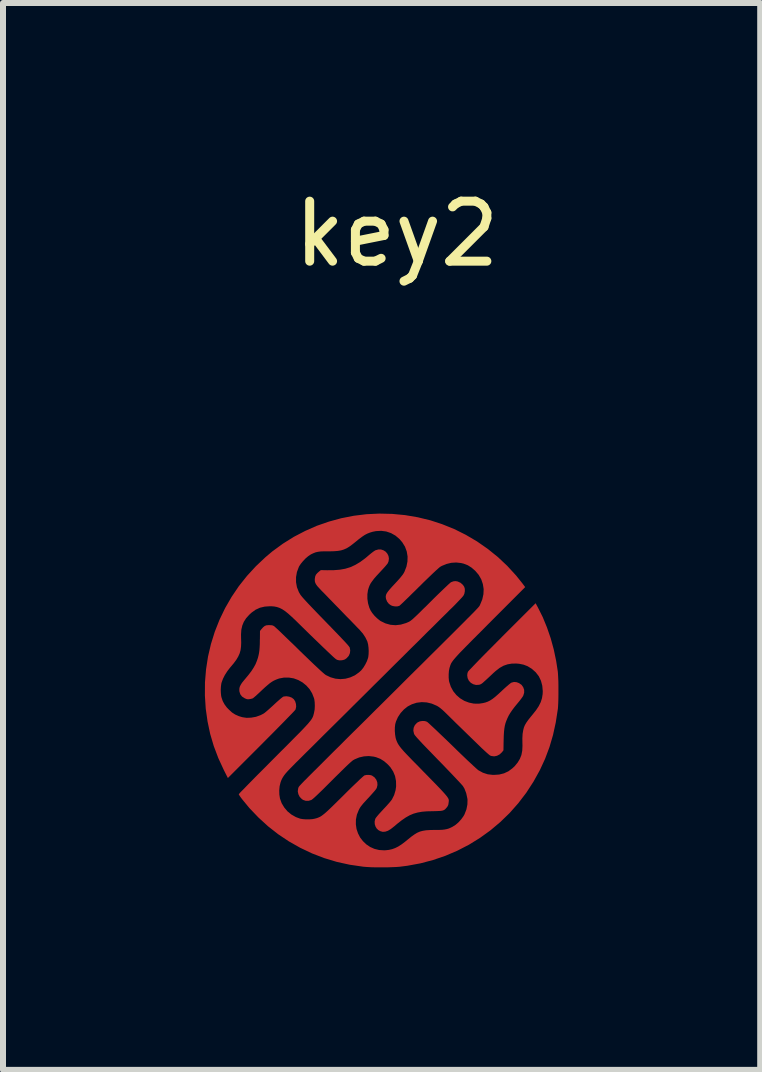
<source format=kicad_pcb>
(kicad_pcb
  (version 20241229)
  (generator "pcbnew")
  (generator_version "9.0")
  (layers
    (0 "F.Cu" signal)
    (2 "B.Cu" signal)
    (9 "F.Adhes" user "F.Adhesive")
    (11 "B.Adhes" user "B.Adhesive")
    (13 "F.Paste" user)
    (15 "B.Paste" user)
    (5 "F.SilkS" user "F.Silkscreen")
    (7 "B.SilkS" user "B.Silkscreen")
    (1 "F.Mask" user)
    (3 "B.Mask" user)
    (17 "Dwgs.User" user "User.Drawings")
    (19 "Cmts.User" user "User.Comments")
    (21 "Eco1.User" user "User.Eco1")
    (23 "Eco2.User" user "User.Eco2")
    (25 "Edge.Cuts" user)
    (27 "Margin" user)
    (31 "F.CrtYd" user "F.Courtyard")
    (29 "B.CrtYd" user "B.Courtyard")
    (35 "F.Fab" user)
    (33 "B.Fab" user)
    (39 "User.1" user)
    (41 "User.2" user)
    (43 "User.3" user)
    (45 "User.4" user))
  (footprint "key2"
    (layer "F.Cu")
    (at 3.31 8.471)
    (property "Reference" "key2" (at 0.254 -7.623 0) (unlocked yes) (layer "F.SilkS") (effects (font (size 1 1) (thickness 0.15))))
    (attr smd)
    (fp_poly (pts (xy 0.176 -2.956) (xy 0.39 -2.936) (xy 0.602 -2.9) (xy 0.813 -2.849) (xy 1.008 -2.785) (xy 1.21 -2.704) (xy 1.404 -2.607) (xy 1.591 -2.497) (xy 1.769 -2.373) (xy 1.938 -2.237) (xy 2.095 -2.089) (xy 2.241 -1.93) (xy 2.346 -1.799) (xy 2.393 -1.736) (xy 1.794 -1.136) (xy 1.695 -1.036) (xy 1.606 -0.947) (xy 1.528 -0.869) (xy 1.46 -0.8) (xy 1.401 -0.74) (xy 1.35 -0.688) (xy 1.306 -0.643) (xy 1.27 -0.604) (xy 1.24 -0.571) (xy 1.215 -0.542) (xy 1.195 -0.518) (xy 1.179 -0.496) (xy 1.167 -0.478) (xy 1.157 -0.461) (xy 1.15 -0.444) (xy 1.144 -0.428) (xy 1.139 -0.412) (xy 1.133 -0.393) (xy 1.131 -0.386) (xy 1.122 -0.34) (xy 1.118 -0.284) (xy 1.118 -0.226) (xy 1.123 -0.173) (xy 1.127 -0.156) (xy 1.154 -0.075) (xy 1.194 -0.001) (xy 1.246 0.063) (xy 1.308 0.117) (xy 1.379 0.16) (xy 1.456 0.189) (xy 1.538 0.206) (xy 1.623 0.207) (xy 1.644 0.204) (xy 1.69 0.197) (xy 1.731 0.187) (xy 1.77 0.173) (xy 1.808 0.154) (xy 1.848 0.128) (xy 1.892 0.094) (xy 1.942 0.05) (xy 2.001 -0.004) (xy 2.01 -0.013) (xy 2.05 -0.05) (xy 2.087 -0.083) (xy 2.12 -0.111) (xy 2.146 -0.132) (xy 2.163 -0.143) (xy 2.165 -0.144) (xy 2.207 -0.155) (xy 2.25 -0.151) (xy 2.29 -0.136) (xy 2.332 -0.107) (xy 2.36 -0.068) (xy 2.376 -0.024) (xy 2.376 0.024) (xy 2.361 0.073) (xy 2.35 0.092) (xy 2.33 0.12) (xy 2.305 0.153) (xy 2.276 0.189) (xy 2.27 0.196) (xy 2.219 0.258) (xy 2.179 0.311) (xy 2.146 0.359) (xy 2.119 0.404) (xy 2.098 0.447) (xy 2.08 0.49) (xy 2.065 0.531) (xy 2.054 0.574) (xy 2.046 0.621) (xy 2.04 0.675) (xy 2.036 0.739) (xy 2.034 0.815) (xy 2.033 0.858) (xy 2.031 0.984) (xy 2.006 1.016) (xy 1.968 1.052) (xy 1.924 1.075) (xy 1.877 1.085) (xy 1.831 1.079) (xy 1.815 1.074) (xy 1.8 1.065) (xy 1.776 1.045) (xy 1.745 1.018) (xy 1.709 0.985) (xy 1.67 0.949) (xy 1.659 0.938) (xy 1.551 0.833) (xy 1.455 0.74) (xy 1.371 0.658) (xy 1.298 0.587) (xy 1.237 0.528) (xy 1.188 0.479) (xy 1.15 0.442) (xy 1.131 0.423) (xy 1.081 0.374) (xy 1.041 0.335) (xy 1.008 0.305) (xy 0.98 0.282) (xy 0.955 0.263) (xy 0.931 0.248) (xy 0.918 0.241) (xy 0.837 0.206) (xy 0.753 0.186) (xy 0.669 0.181) (xy 0.585 0.191) (xy 0.504 0.217) (xy 0.435 0.253) (xy 0.372 0.303) (xy 0.317 0.363) (xy 0.272 0.431) (xy 0.24 0.503) (xy 0.227 0.549) (xy 0.221 0.601) (xy 0.22 0.66) (xy 0.225 0.722) (xy 0.234 0.778) (xy 0.244 0.811) (xy 0.255 0.839) (xy 0.268 0.867) (xy 0.285 0.895) (xy 0.307 0.926) (xy 0.335 0.961) (xy 0.37 1.001) (xy 0.414 1.048) (xy 0.468 1.104) (xy 0.514 1.152) (xy 0.612 1.251) (xy 0.698 1.34) (xy 0.775 1.418) (xy 0.841 1.486) (xy 0.899 1.545) (xy 0.948 1.596) (xy 0.99 1.64) (xy 1.024 1.677) (xy 1.052 1.708) (xy 1.074 1.734) (xy 1.091 1.755) (xy 1.103 1.773) (xy 1.112 1.788) (xy 1.117 1.801) (xy 1.12 1.812) (xy 1.12 1.823) (xy 1.12 1.833) (xy 1.118 1.845) (xy 1.117 1.858) (xy 1.111 1.894) (xy 1.097 1.922) (xy 1.088 1.934) (xy 1.071 1.954) (xy 1.055 1.97) (xy 1.037 1.981) (xy 1.015 1.989) (xy 0.986 1.994) (xy 0.947 1.996) (xy 0.897 1.998) (xy 0.849 1.999) (xy 0.755 2.001) (xy 0.673 2.008) (xy 0.6 2.021) (xy 0.532 2.04) (xy 0.468 2.067) (xy 0.404 2.103) (xy 0.337 2.149) (xy 0.264 2.206) (xy 0.211 2.251) (xy 0.155 2.295) (xy 0.106 2.325) (xy 0.061 2.34) (xy 0.019 2.343) (xy -0.022 2.332) (xy -0.023 2.331) (xy -0.057 2.312) (xy -0.082 2.287) (xy -0.1 2.258) (xy -0.114 2.215) (xy -0.116 2.17) (xy -0.106 2.129) (xy -0.102 2.12) (xy -0.092 2.105) (xy -0.072 2.08) (xy -0.045 2.048) (xy -0.012 2.012) (xy 0.025 1.972) (xy 0.031 1.965) (xy 0.069 1.925) (xy 0.104 1.886) (xy 0.134 1.852) (xy 0.157 1.824) (xy 0.171 1.805) (xy 0.172 1.804) (xy 0.209 1.73) (xy 0.233 1.649) (xy 0.242 1.584) (xy 0.24 1.495) (xy 0.224 1.413) (xy 0.193 1.338) (xy 0.147 1.267) (xy 0.103 1.219) (xy 0.042 1.166) (xy -0.022 1.126) (xy -0.092 1.099) (xy -0.133 1.089) (xy -0.213 1.08) (xy -0.294 1.085) (xy -0.374 1.103) (xy -0.448 1.134) (xy -0.478 1.151) (xy -0.495 1.165) (xy -0.523 1.189) (xy -0.561 1.224) (xy -0.607 1.268) (xy -0.661 1.321) (xy -0.722 1.381) (xy -0.789 1.447) (xy -0.831 1.489) (xy -0.911 1.569) (xy -0.98 1.638) (xy -1.038 1.694) (xy -1.086 1.74) (xy -1.123 1.774) (xy -1.15 1.797) (xy -1.168 1.81) (xy -1.171 1.812) (xy -1.217 1.826) (xy -1.264 1.826) (xy -1.308 1.811) (xy -1.329 1.797) (xy -1.365 1.76) (xy -1.387 1.716) (xy -1.397 1.669) (xy -1.391 1.622) (xy -1.386 1.607) (xy -1.385 1.603) (xy -1.384 1.6) (xy -1.382 1.597) (xy -1.38 1.594) (xy -1.377 1.589) (xy -1.372 1.583) (xy -1.365 1.575) (xy -1.356 1.565) (xy -1.343 1.551) (xy -1.328 1.535) (xy -1.308 1.514) (xy -1.284 1.489) (xy -1.254 1.46) (xy -1.22 1.425) (xy -1.18 1.385) (xy -1.134 1.339) (xy -1.08 1.286) (xy -1.02 1.226) (xy -0.952 1.158) (xy -0.876 1.082) (xy -0.792 0.998) (xy -0.698 0.906) (xy -0.596 0.803) (xy -0.483 0.691) (xy -0.359 0.569) (xy -0.225 0.436) (xy -0.08 0.291) (xy -0.06 0.272) (xy 0.107 0.106) (xy 0.262 -0.048) (xy 0.406 -0.192) (xy 0.54 -0.325) (xy 0.664 -0.447) (xy 0.778 -0.561) (xy 0.882 -0.664) (xy 0.978 -0.759) (xy 1.065 -0.846) (xy 1.144 -0.924) (xy 1.215 -0.995) (xy 1.279 -1.059) (xy 1.336 -1.116) (xy 1.386 -1.166) (xy 1.43 -1.211) (xy 1.469 -1.249) (xy 1.502 -1.283) (xy 1.531 -1.312) (xy 1.555 -1.337) (xy 1.574 -1.357) (xy 1.591 -1.375) (xy 1.604 -1.389) (xy 1.614 -1.4) (xy 1.621 -1.409) (xy 1.627 -1.416) (xy 1.631 -1.422) (xy 1.634 -1.427) (xy 1.636 -1.431) (xy 1.638 -1.435) (xy 1.64 -1.439) (xy 1.642 -1.444) (xy 1.643 -1.446) (xy 1.678 -1.531) (xy 1.697 -1.617) (xy 1.701 -1.702) (xy 1.688 -1.785) (xy 1.661 -1.865) (xy 1.618 -1.94) (xy 1.561 -2.007) (xy 1.5 -2.06) (xy 1.437 -2.1) (xy 1.367 -2.127) (xy 1.325 -2.137) (xy 1.245 -2.146) (xy 1.162 -2.141) (xy 1.08 -2.121) (xy 1.003 -2.089) (xy 0.975 -2.073) (xy 0.96 -2.061) (xy 0.935 -2.039) (xy 0.901 -2.008) (xy 0.858 -1.968) (xy 0.809 -1.921) (xy 0.754 -1.868) (xy 0.694 -1.81) (xy 0.632 -1.748) (xy 0.623 -1.74) (xy 0.563 -1.68) (xy 0.506 -1.625) (xy 0.454 -1.573) (xy 0.407 -1.528) (xy 0.367 -1.489) (xy 0.334 -1.458) (xy 0.311 -1.437) (xy 0.298 -1.425) (xy 0.296 -1.424) (xy 0.265 -1.415) (xy 0.226 -1.414) (xy 0.185 -1.421) (xy 0.156 -1.432) (xy 0.121 -1.457) (xy 0.092 -1.494) (xy 0.074 -1.538) (xy 0.072 -1.55) (xy 0.069 -1.573) (xy 0.071 -1.593) (xy 0.077 -1.615) (xy 0.089 -1.638) (xy 0.109 -1.666) (xy 0.137 -1.7) (xy 0.174 -1.742) (xy 0.219 -1.79) (xy 0.265 -1.84) (xy 0.302 -1.881) (xy 0.329 -1.914) (xy 0.351 -1.942) (xy 0.367 -1.966) (xy 0.38 -1.99) (xy 0.381 -1.992) (xy 0.414 -2.077) (xy 0.431 -2.163) (xy 0.433 -2.247) (xy 0.419 -2.33) (xy 0.39 -2.409) (xy 0.345 -2.482) (xy 0.298 -2.537) (xy 0.231 -2.594) (xy 0.157 -2.636) (xy 0.077 -2.663) (xy -0.007 -2.674) (xy -0.095 -2.669) (xy -0.15 -2.658) (xy -0.196 -2.644) (xy -0.239 -2.627) (xy -0.281 -2.605) (xy -0.326 -2.575) (xy -0.377 -2.537) (xy -0.424 -2.498) (xy -0.483 -2.451) (xy -0.534 -2.413) (xy -0.581 -2.384) (xy -0.628 -2.363) (xy -0.676 -2.348) (xy -0.73 -2.339) (xy -0.792 -2.334) (xy -0.866 -2.332) (xy -0.904 -2.332) (xy -0.969 -2.332) (xy -1.02 -2.33) (xy -1.062 -2.324) (xy -1.098 -2.316) (xy -1.132 -2.303) (xy -1.169 -2.286) (xy -1.185 -2.277) (xy -1.225 -2.25) (xy -1.268 -2.213) (xy -1.309 -2.17) (xy -1.346 -2.125) (xy -1.374 -2.083) (xy -1.379 -2.073) (xy -1.411 -1.988) (xy -1.426 -1.903) (xy -1.426 -1.817) (xy -1.411 -1.734) (xy -1.379 -1.653) (xy -1.352 -1.607) (xy -1.338 -1.589) (xy -1.313 -1.559) (xy -1.276 -1.518) (xy -1.229 -1.467) (xy -1.171 -1.406) (xy -1.104 -1.336) (xy -1.027 -1.256) (xy -0.942 -1.169) (xy -0.929 -1.155) (xy -0.846 -1.07) (xy -0.775 -0.996) (xy -0.714 -0.933) (xy -0.663 -0.879) (xy -0.621 -0.835) (xy -0.588 -0.799) (xy -0.563 -0.771) (xy -0.546 -0.75) (xy -0.535 -0.735) (xy -0.531 -0.727) (xy -0.523 -0.682) (xy -0.528 -0.636) (xy -0.545 -0.595) (xy -0.553 -0.584) (xy -0.583 -0.551) (xy -0.611 -0.531) (xy -0.643 -0.52) (xy -0.671 -0.516) (xy -0.708 -0.516) (xy -0.736 -0.522) (xy -0.751 -0.529) (xy -0.763 -0.537) (xy -0.784 -0.554) (xy -0.814 -0.581) (xy -0.853 -0.618) (xy -0.902 -0.664) (xy -0.962 -0.721) (xy -1.031 -0.788) (xy -1.112 -0.866) (xy -1.203 -0.954) (xy -1.305 -1.054) (xy -1.419 -1.166) (xy -1.435 -1.182) (xy -1.501 -1.244) (xy -1.558 -1.295) (xy -1.609 -1.336) (xy -1.656 -1.367) (xy -1.7 -1.389) (xy -1.744 -1.404) (xy -1.79 -1.413) (xy -1.841 -1.417) (xy -1.86 -1.417) (xy -1.948 -1.411) (xy -2.028 -1.392) (xy -2.1 -1.359) (xy -2.168 -1.31) (xy -2.207 -1.274) (xy -2.258 -1.217) (xy -2.296 -1.158) (xy -2.322 -1.095) (xy -2.338 -1.025) (xy -2.343 -0.945) (xy -2.342 -0.885) (xy -2.34 -0.809) (xy -2.343 -0.743) (xy -2.351 -0.684) (xy -2.366 -0.631) (xy -2.39 -0.578) (xy -2.422 -0.524) (xy -2.465 -0.466) (xy -2.52 -0.4) (xy -2.525 -0.395) (xy -2.571 -0.335) (xy -2.612 -0.271) (xy -2.644 -0.208) (xy -2.666 -0.148) (xy -2.672 -0.125) (xy -2.678 -0.079) (xy -2.681 -0.025) (xy -2.679 0.029) (xy -2.674 0.077) (xy -2.669 0.101) (xy -2.648 0.163) (xy -2.619 0.217) (xy -2.58 0.27) (xy -2.547 0.304) (xy -2.494 0.353) (xy -2.44 0.388) (xy -2.379 0.415) (xy -2.323 0.432) (xy -2.251 0.443) (xy -2.174 0.44) (xy -2.095 0.426) (xy -2.019 0.399) (xy -1.97 0.374) (xy -1.952 0.362) (xy -1.925 0.34) (xy -1.891 0.311) (xy -1.852 0.276) (xy -1.81 0.238) (xy -1.794 0.223) (xy -1.751 0.183) (xy -1.711 0.148) (xy -1.678 0.119) (xy -1.652 0.099) (xy -1.636 0.089) (xy -1.634 0.088) (xy -1.587 0.083) (xy -1.54 0.09) (xy -1.496 0.107) (xy -1.463 0.133) (xy -1.44 0.169) (xy -1.427 0.213) (xy -1.424 0.258) (xy -1.433 0.299) (xy -1.435 0.305) (xy -1.443 0.315) (xy -1.461 0.335) (xy -1.49 0.366) (xy -1.528 0.405) (xy -1.575 0.453) (xy -1.629 0.509) (xy -1.69 0.571) (xy -1.757 0.639) (xy -1.828 0.711) (xy -1.905 0.788) (xy -1.984 0.868) (xy -2.005 0.889) (xy -2.562 1.446) (xy -2.629 1.314) (xy -2.721 1.115) (xy -2.797 0.914) (xy -2.857 0.711) (xy -2.901 0.503) (xy -2.931 0.29) (xy -2.945 0.073) (xy -2.944 -0.147) (xy -2.926 -0.364) (xy -2.893 -0.578) (xy -2.844 -0.788) (xy -2.78 -0.993) (xy -2.701 -1.193) (xy -2.608 -1.386) (xy -2.5 -1.573) (xy -2.379 -1.752) (xy -2.244 -1.922) (xy -2.095 -2.084) (xy -1.934 -2.236) (xy -1.821 -2.331) (xy -1.646 -2.459) (xy -1.464 -2.573) (xy -1.274 -2.672) (xy -1.079 -2.758) (xy -0.877 -2.828) (xy -0.672 -2.884) (xy -0.463 -2.925) (xy -0.251 -2.951) (xy -0.038 -2.961)) (stroke (width 0) (type solid)) (fill yes) (layer "F.Cu"))
    (fp_poly (pts (xy -0.01 -2.363) (xy 0.032 -2.349) (xy 0.068 -2.326) (xy 0.096 -2.293) (xy 0.115 -2.254) (xy 0.122 -2.211) (xy 0.116 -2.165) (xy 0.102 -2.132) (xy 0.093 -2.12) (xy 0.075 -2.098) (xy 0.049 -2.068) (xy 0.017 -2.033) (xy -0.02 -1.993) (xy -0.035 -1.977) (xy -0.086 -1.922) (xy -0.126 -1.876) (xy -0.157 -1.835) (xy -0.182 -1.799) (xy -0.2 -1.764) (xy -0.214 -1.728) (xy -0.226 -1.688) (xy -0.227 -1.686) (xy -0.237 -1.617) (xy -0.237 -1.542) (xy -0.226 -1.466) (xy -0.205 -1.394) (xy -0.183 -1.346) (xy -0.155 -1.303) (xy -0.118 -1.258) (xy -0.075 -1.216) (xy -0.032 -1.181) (xy -0.016 -1.17) (xy 0.064 -1.131) (xy 0.147 -1.108) (xy 0.233 -1.101) (xy 0.32 -1.111) (xy 0.408 -1.137) (xy 0.438 -1.15) (xy 0.452 -1.156) (xy 0.465 -1.163) (xy 0.479 -1.172) (xy 0.495 -1.184) (xy 0.514 -1.199) (xy 0.537 -1.22) (xy 0.565 -1.246) (xy 0.6 -1.279) (xy 0.642 -1.32) (xy 0.692 -1.37) (xy 0.753 -1.429) (xy 0.815 -1.491) (xy 0.875 -1.551) (xy 0.933 -1.608) (xy 0.987 -1.66) (xy 1.036 -1.707) (xy 1.078 -1.747) (xy 1.112 -1.779) (xy 1.138 -1.802) (xy 1.153 -1.815) (xy 1.156 -1.817) (xy 1.196 -1.832) (xy 1.231 -1.836) (xy 1.271 -1.829) (xy 1.272 -1.828) (xy 1.317 -1.807) (xy 1.355 -1.773) (xy 1.377 -1.741) (xy 1.387 -1.707) (xy 1.387 -1.666) (xy 1.379 -1.625) (xy 1.366 -1.597) (xy 1.355 -1.582) (xy 1.334 -1.558) (xy 1.303 -1.525) (xy 1.266 -1.486) (xy 1.224 -1.442) (xy 1.178 -1.396) (xy 1.159 -1.378) (xy 1.133 -1.353) (xy 1.097 -1.316) (xy 1.05 -1.27) (xy 0.993 -1.214) (xy 0.928 -1.149) (xy 0.854 -1.075) (xy 0.772 -0.995) (xy 0.684 -0.907) (xy 0.59 -0.813) (xy 0.49 -0.715) (xy 0.386 -0.611) (xy 0.278 -0.504) (xy 0.166 -0.393) (xy 0.053 -0.28) (xy -0.063 -0.165) (xy -0.127 -0.102) (xy -0.243 0.014) (xy -0.358 0.128) (xy -0.471 0.24) (xy -0.581 0.35) (xy -0.688 0.456) (xy -0.79 0.557) (xy -0.888 0.654) (xy -0.98 0.745) (xy -1.065 0.83) (xy -1.143 0.908) (xy -1.214 0.978) (xy -1.276 1.039) (xy -1.329 1.092) (xy -1.371 1.134) (xy -1.403 1.166) (xy -1.416 1.178) (xy -1.476 1.239) (xy -1.526 1.29) (xy -1.567 1.333) (xy -1.599 1.369) (xy -1.624 1.401) (xy -1.644 1.431) (xy -1.66 1.459) (xy -1.673 1.488) (xy -1.684 1.519) (xy -1.685 1.522) (xy -1.7 1.584) (xy -1.706 1.653) (xy -1.704 1.723) (xy -1.694 1.787) (xy -1.693 1.79) (xy -1.665 1.867) (xy -1.622 1.938) (xy -1.568 2.002) (xy -1.503 2.055) (xy -1.429 2.097) (xy -1.356 2.124) (xy -1.313 2.131) (xy -1.261 2.135) (xy -1.206 2.135) (xy -1.154 2.131) (xy -1.115 2.124) (xy -1.089 2.117) (xy -1.067 2.11) (xy -1.045 2.101) (xy -1.024 2.091) (xy -1.001 2.077) (xy -0.977 2.059) (xy -0.948 2.036) (xy -0.915 2.007) (xy -0.877 1.972) (xy -0.831 1.928) (xy -0.777 1.875) (xy -0.714 1.813) (xy -0.64 1.74) (xy -0.635 1.735) (xy -0.57 1.67) (xy -0.509 1.61) (xy -0.453 1.556) (xy -0.403 1.509) (xy -0.361 1.468) (xy -0.327 1.437) (xy -0.302 1.415) (xy -0.288 1.404) (xy -0.285 1.402) (xy -0.252 1.395) (xy -0.214 1.394) (xy -0.178 1.399) (xy -0.159 1.406) (xy -0.118 1.435) (xy -0.089 1.473) (xy -0.072 1.517) (xy -0.069 1.563) (xy -0.08 1.609) (xy -0.086 1.621) (xy -0.096 1.636) (xy -0.116 1.661) (xy -0.144 1.693) (xy -0.177 1.73) (xy -0.214 1.771) (xy -0.225 1.782) (xy -0.269 1.83) (xy -0.304 1.868) (xy -0.33 1.9) (xy -0.351 1.927) (xy -0.367 1.953) (xy -0.38 1.978) (xy -0.412 2.057) (xy -0.428 2.138) (xy -0.429 2.218) (xy -0.418 2.295) (xy -0.393 2.369) (xy -0.358 2.437) (xy -0.311 2.498) (xy -0.256 2.551) (xy -0.191 2.595) (xy -0.119 2.627) (xy -0.041 2.646) (xy 0.043 2.651) (xy 0.064 2.65) (xy 0.121 2.644) (xy 0.174 2.632) (xy 0.224 2.614) (xy 0.275 2.589) (xy 0.33 2.554) (xy 0.39 2.509) (xy 0.439 2.469) (xy 0.496 2.423) (xy 0.546 2.387) (xy 0.592 2.359) (xy 0.638 2.339) (xy 0.686 2.326) (xy 0.741 2.317) (xy 0.805 2.313) (xy 0.882 2.311) (xy 0.894 2.311) (xy 0.959 2.311) (xy 1.01 2.309) (xy 1.051 2.304) (xy 1.087 2.297) (xy 1.121 2.287) (xy 1.155 2.272) (xy 1.181 2.259) (xy 1.232 2.227) (xy 1.282 2.184) (xy 1.328 2.133) (xy 1.366 2.08) (xy 1.382 2.051) (xy 1.414 1.968) (xy 1.43 1.886) (xy 1.432 1.808) (xy 1.429 1.786) (xy 1.41 1.698) (xy 1.381 1.623) (xy 1.356 1.581) (xy 1.345 1.568) (xy 1.324 1.544) (xy 1.293 1.51) (xy 1.253 1.468) (xy 1.206 1.418) (xy 1.153 1.362) (xy 1.094 1.301) (xy 1.032 1.236) (xy 0.966 1.168) (xy 0.94 1.142) (xy 0.861 1.06) (xy 0.793 0.99) (xy 0.734 0.929) (xy 0.685 0.878) (xy 0.645 0.835) (xy 0.613 0.8) (xy 0.587 0.772) (xy 0.568 0.749) (xy 0.554 0.732) (xy 0.545 0.718) (xy 0.54 0.708) (xy 0.54 0.707) (xy 0.529 0.657) (xy 0.534 0.609) (xy 0.554 0.565) (xy 0.588 0.528) (xy 0.6 0.519) (xy 0.636 0.502) (xy 0.679 0.495) (xy 0.722 0.497) (xy 0.755 0.508) (xy 0.766 0.516) (xy 0.788 0.535) (xy 0.819 0.564) (xy 0.859 0.601) (xy 0.907 0.646) (xy 0.961 0.698) (xy 1.021 0.755) (xy 1.085 0.816) (xy 1.152 0.881) (xy 1.174 0.902) (xy 1.242 0.969) (xy 1.308 1.033) (xy 1.371 1.093) (xy 1.429 1.149) (xy 1.482 1.198) (xy 1.527 1.24) (xy 1.565 1.275) (xy 1.593 1.3) (xy 1.611 1.315) (xy 1.614 1.317) (xy 1.689 1.358) (xy 1.769 1.384) (xy 1.855 1.394) (xy 1.871 1.394) (xy 1.96 1.388) (xy 2.04 1.368) (xy 2.113 1.334) (xy 2.179 1.285) (xy 2.218 1.249) (xy 2.267 1.189) (xy 2.304 1.128) (xy 2.33 1.063) (xy 2.344 0.991) (xy 2.348 0.909) (xy 2.347 0.865) (xy 2.346 0.784) (xy 2.35 0.71) (xy 2.361 0.645) (xy 2.372 0.603) (xy 2.388 0.565) (xy 2.411 0.525) (xy 2.444 0.478) (xy 2.487 0.424) (xy 2.515 0.39) (xy 2.574 0.316) (xy 2.619 0.248) (xy 2.652 0.182) (xy 2.673 0.116) (xy 2.684 0.047) (xy 2.686 -0.002) (xy 2.678 -0.092) (xy 2.656 -0.175) (xy 2.62 -0.25) (xy 2.569 -0.316) (xy 2.505 -0.373) (xy 2.499 -0.377) (xy 2.434 -0.417) (xy 2.367 -0.443) (xy 2.294 -0.458) (xy 2.248 -0.462) (xy 2.171 -0.461) (xy 2.1 -0.449) (xy 2.033 -0.426) (xy 1.967 -0.389) (xy 1.9 -0.337) (xy 1.861 -0.302) (xy 1.807 -0.251) (xy 1.763 -0.21) (xy 1.729 -0.179) (xy 1.702 -0.155) (xy 1.682 -0.137) (xy 1.665 -0.125) (xy 1.652 -0.117) (xy 1.641 -0.113) (xy 1.629 -0.109) (xy 1.623 -0.108) (xy 1.574 -0.105) (xy 1.528 -0.117) (xy 1.487 -0.141) (xy 1.455 -0.175) (xy 1.434 -0.218) (xy 1.427 -0.265) (xy 1.43 -0.295) (xy 1.438 -0.323) (xy 1.44 -0.326) (xy 1.447 -0.335) (xy 1.466 -0.356) (xy 1.495 -0.386) (xy 1.533 -0.426) (xy 1.579 -0.474) (xy 1.633 -0.53) (xy 1.694 -0.592) (xy 1.761 -0.66) (xy 1.833 -0.732) (xy 1.909 -0.809) (xy 1.989 -0.889) (xy 2.009 -0.91) (xy 2.567 -1.467) (xy 2.607 -1.393) (xy 2.686 -1.235) (xy 2.756 -1.064) (xy 2.818 -0.884) (xy 2.869 -0.698) (xy 2.909 -0.508) (xy 2.937 -0.327) (xy 2.94 -0.285) (xy 2.943 -0.229) (xy 2.946 -0.164) (xy 2.947 -0.092) (xy 2.947 -0.017) (xy 2.947 0.059) (xy 2.946 0.131) (xy 2.944 0.197) (xy 2.941 0.252) (xy 2.938 0.295) (xy 2.937 0.298) (xy 2.903 0.518) (xy 2.857 0.729) (xy 2.798 0.93) (xy 2.725 1.125) (xy 2.638 1.314) (xy 2.536 1.498) (xy 2.531 1.507) (xy 2.411 1.692) (xy 2.278 1.866) (xy 2.134 2.029) (xy 1.978 2.18) (xy 1.813 2.319) (xy 1.638 2.445) (xy 1.455 2.558) (xy 1.263 2.657) (xy 1.064 2.742) (xy 0.859 2.812) (xy 0.648 2.868) (xy 0.431 2.908) (xy 0.307 2.924) (xy 0.245 2.929) (xy 0.17 2.932) (xy 0.087 2.935) (xy 0.001 2.935) (xy -0.086 2.935) (xy -0.169 2.933) (xy -0.244 2.929) (xy -0.306 2.924) (xy -0.312 2.923) (xy -0.532 2.891) (xy -0.746 2.844) (xy -0.955 2.781) (xy -1.158 2.703) (xy -1.354 2.61) (xy -1.542 2.504) (xy -1.722 2.384) (xy -1.892 2.251) (xy -2.053 2.104) (xy -2.204 1.946) (xy -2.316 1.81) (xy -2.341 1.778) (xy -2.361 1.75) (xy -2.375 1.728) (xy -2.381 1.717) (xy -2.381 1.717) (xy -2.375 1.71) (xy -2.359 1.691) (xy -2.332 1.663) (xy -2.295 1.626) (xy -2.25 1.579) (xy -2.197 1.525) (xy -2.137 1.464) (xy -2.071 1.397) (xy -1.999 1.325) (xy -1.922 1.248) (xy -1.842 1.167) (xy -1.786 1.111) (xy -1.687 1.011) (xy -1.598 0.923) (xy -1.52 0.844) (xy -1.452 0.775) (xy -1.392 0.715) (xy -1.341 0.663) (xy -1.298 0.618) (xy -1.262 0.579) (xy -1.231 0.546) (xy -1.207 0.517) (xy -1.187 0.493) (xy -1.171 0.471) (xy -1.159 0.452) (xy -1.15 0.435) (xy -1.143 0.419) (xy -1.137 0.402) (xy -1.133 0.385) (xy -1.128 0.367) (xy -1.126 0.358) (xy -1.116 0.306) (xy -1.113 0.246) (xy -1.115 0.185) (xy -1.122 0.131) (xy -1.127 0.114) (xy -1.158 0.035) (xy -1.201 -0.036) (xy -1.256 -0.097) (xy -1.319 -0.148) (xy -1.389 -0.187) (xy -1.465 -0.215) (xy -1.545 -0.228) (xy -1.626 -0.228) (xy -1.707 -0.213) (xy -1.733 -0.204) (xy -1.768 -0.19) (xy -1.8 -0.175) (xy -1.83 -0.157) (xy -1.863 -0.134) (xy -1.899 -0.104) (xy -1.942 -0.067) (xy -1.994 -0.019) (xy -1.999 -0.014) (xy -2.038 0.023) (xy -2.074 0.056) (xy -2.105 0.084) (xy -2.129 0.104) (xy -2.143 0.116) (xy -2.145 0.117) (xy -2.162 0.123) (xy -2.188 0.129) (xy -2.2 0.131) (xy -2.227 0.134) (xy -2.25 0.13) (xy -2.277 0.119) (xy -2.283 0.116) (xy -2.326 0.088) (xy -2.354 0.052) (xy -2.369 0.007) (xy -2.371 -0.01) (xy -2.371 -0.042) (xy -2.365 -0.072) (xy -2.35 -0.104) (xy -2.327 -0.141) (xy -2.292 -0.184) (xy -2.277 -0.202) (xy -2.218 -0.273) (xy -2.17 -0.336) (xy -2.132 -0.395) (xy -2.101 -0.451) (xy -2.078 -0.508) (xy -2.061 -0.558) (xy -2.051 -0.598) (xy -2.043 -0.637) (xy -2.037 -0.679) (xy -2.033 -0.728) (xy -2.03 -0.786) (xy -2.029 -0.857) (xy -2.028 -0.879) (xy -2.027 -1.005) (xy -2.002 -1.036) (xy -1.973 -1.068) (xy -1.948 -1.088) (xy -1.921 -1.099) (xy -1.887 -1.102) (xy -1.873 -1.102) (xy -1.839 -1.101) (xy -1.816 -1.097) (xy -1.797 -1.088) (xy -1.788 -1.082) (xy -1.777 -1.072) (xy -1.755 -1.052) (xy -1.723 -1.023) (xy -1.683 -0.985) (xy -1.636 -0.939) (xy -1.582 -0.887) (xy -1.522 -0.829) (xy -1.458 -0.768) (xy -1.391 -0.702) (xy -1.37 -0.681) (xy -1.278 -0.592) (xy -1.198 -0.515) (xy -1.128 -0.448) (xy -1.069 -0.393) (xy -1.021 -0.348) (xy -0.982 -0.313) (xy -0.953 -0.288) (xy -0.933 -0.273) (xy -0.929 -0.27) (xy -0.851 -0.233) (xy -0.77 -0.21) (xy -0.686 -0.202) (xy -0.603 -0.209) (xy -0.522 -0.231) (xy -0.445 -0.266) (xy -0.375 -0.316) (xy -0.338 -0.35) (xy -0.305 -0.392) (xy -0.273 -0.444) (xy -0.245 -0.5) (xy -0.226 -0.554) (xy -0.222 -0.571) (xy -0.217 -0.617) (xy -0.215 -0.671) (xy -0.218 -0.727) (xy -0.225 -0.781) (xy -0.236 -0.824) (xy -0.239 -0.833) (xy -0.27 -0.897) (xy -0.312 -0.961) (xy -0.364 -1.021) (xy -0.365 -1.023) (xy -0.381 -1.039) (xy -0.407 -1.065) (xy -0.441 -1.101) (xy -0.482 -1.143) (xy -0.529 -1.192) (xy -0.581 -1.244) (xy -0.635 -1.3) (xy -0.66 -1.326) (xy -0.717 -1.385) (xy -0.774 -1.443) (xy -0.829 -1.5) (xy -0.88 -1.552) (xy -0.925 -1.599) (xy -0.963 -1.638) (xy -0.992 -1.667) (xy -0.999 -1.674) (xy -1.04 -1.718) (xy -1.071 -1.752) (xy -1.092 -1.781) (xy -1.105 -1.806) (xy -1.112 -1.83) (xy -1.114 -1.856) (xy -1.113 -1.875) (xy -1.107 -1.912) (xy -1.095 -1.942) (xy -1.072 -1.969) (xy -1.044 -1.994) (xy -1.013 -2.019) (xy -0.907 -2.017) (xy -0.796 -2.018) (xy -0.696 -2.026) (xy -0.606 -2.042) (xy -0.521 -2.068) (xy -0.44 -2.105) (xy -0.359 -2.153) (xy -0.276 -2.214) (xy -0.204 -2.275) (xy -0.172 -2.301) (xy -0.141 -2.325) (xy -0.114 -2.343) (xy -0.102 -2.35) (xy -0.055 -2.363)) (stroke (width 0) (type solid)) (fill yes) (layer "F.Cu"))
    (fp_circle (center 0 0) (end 3.25 0) (stroke (width 0.12) (type solid)) (fill yes) (layer "F.Mask"))
    (pad "1" smd rect (at -2.413 0.787) (size 0.3 0.3) (layers "F.Cu" "F.Mask" "F.Paste"))
    (pad "2" smd rect (at 2.515 -0.787) (size 0.3 0.3) (layers "F.Cu" "F.Mask" "F.Paste"))
    (zone (net_name "") (layer "F.Cu") (hatch edge 0.508) (connect_pads) (min_thickness 0.254) (filled_areas_thickness no) (keepout (tracks allowed) (vias allowed) (pads allowed) (copperpour not_allowed) (footprints allowed)) (placement (enabled no)) (fill) (polygon (pts (xy 3.31 8.471) (xy 0.008 8.471) (xy 0.008 7.455) (xy 0.77 6.185) (xy 1.786 5.423) (xy 2.802 5.169) (xy 3.31 5.169))))
    (zone (net_name "") (layer "F.Cu") (hatch edge 0.508) (connect_pads) (min_thickness 0.254) (filled_areas_thickness no) (keepout (tracks allowed) (vias allowed) (pads allowed) (copperpour not_allowed) (footprints allowed)) (placement (enabled no)) (fill) (polygon (pts (xy 3.31 8.471) (xy 3.31 5.169) (xy 4.326 5.169) (xy 5.596 5.931) (xy 6.358 6.947) (xy 6.612 7.963) (xy 6.612 8.471))))
    (zone (net_name "") (layer "F.Cu") (hatch edge 0.508) (connect_pads) (min_thickness 0.254) (filled_areas_thickness no) (keepout (tracks allowed) (vias allowed) (pads allowed) (copperpour not_allowed) (footprints allowed)) (placement (enabled no)) (fill) (polygon (pts (xy 3.31 8.471) (xy 3.31 11.773) (xy 2.294 11.773) (xy 1.024 11.011) (xy 0.262 9.995) (xy 0.008 8.979) (xy 0.008 8.471))))
    (zone (net_name "") (layer "F.Cu") (hatch edge 0.508) (connect_pads) (min_thickness 0.254) (filled_areas_thickness no) (keepout (tracks allowed) (vias allowed) (pads allowed) (copperpour not_allowed) (footprints allowed)) (placement (enabled no)) (fill) (polygon (pts (xy 3.31 8.471) (xy 6.612 8.471) (xy 6.612 9.487) (xy 5.85 10.757) (xy 4.834 11.519) (xy 3.818 11.773) (xy 3.31 11.773)))))
  (gr_rect
    (start -3 -3)
    (end 9.62 14.781)
    (stroke (width 0.1) (type default))
    (fill no)
    (layer "Edge.Cuts")))
</source>
